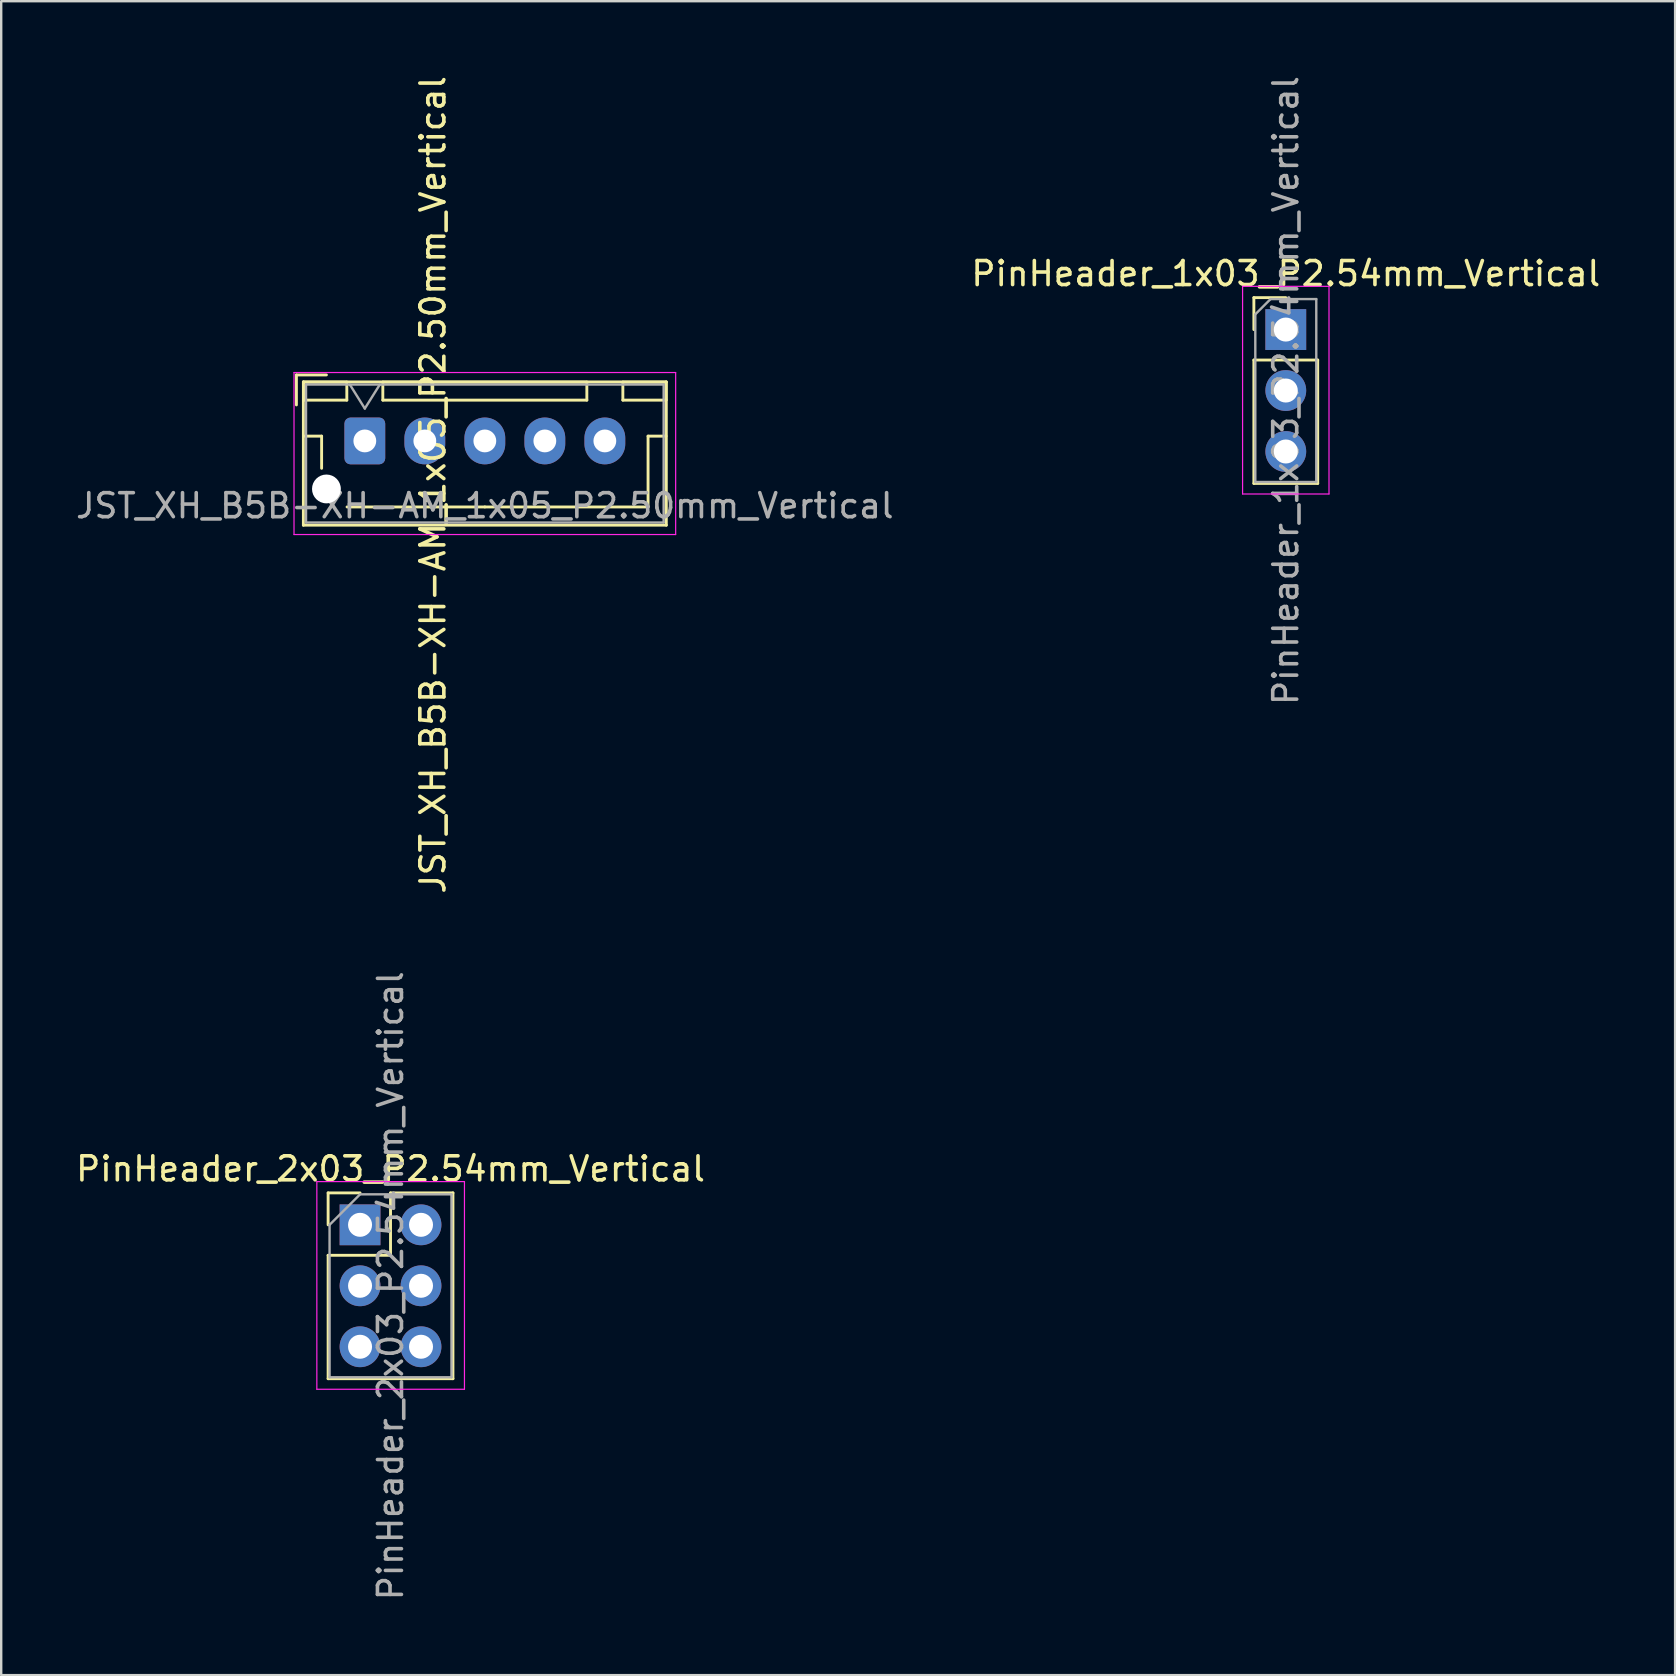
<source format=kicad_pcb>
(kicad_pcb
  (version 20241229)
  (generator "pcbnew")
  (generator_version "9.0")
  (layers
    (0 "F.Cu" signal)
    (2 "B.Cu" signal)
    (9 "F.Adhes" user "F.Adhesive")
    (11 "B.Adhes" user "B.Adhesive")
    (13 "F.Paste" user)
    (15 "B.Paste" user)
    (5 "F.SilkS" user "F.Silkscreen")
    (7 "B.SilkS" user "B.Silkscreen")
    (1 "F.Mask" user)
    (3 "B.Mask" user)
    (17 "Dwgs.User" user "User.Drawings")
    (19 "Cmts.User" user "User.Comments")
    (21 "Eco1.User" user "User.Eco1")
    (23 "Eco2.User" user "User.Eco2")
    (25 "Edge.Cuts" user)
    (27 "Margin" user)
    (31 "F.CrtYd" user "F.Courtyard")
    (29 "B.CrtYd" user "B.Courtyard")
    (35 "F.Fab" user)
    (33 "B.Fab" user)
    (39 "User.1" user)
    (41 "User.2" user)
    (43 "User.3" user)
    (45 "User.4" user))
  (footprint "JST_XH_B5B-XH-AM_1x05_P2.50mm_Vertical"
    (layer "F.Cu")
    (at 12.149 15.32)
    (property "Reference" "JST_XH_B5B-XH-AM_1x05_P2.50mm_Vertical" (at 2.837 1.829 90) (layer "F.SilkS") (effects (font (size 1 1) (thickness 0.15))))
    (attr through_hole)
    (fp_line (start -2.85 -2.75) (end -2.85 -1.5) (stroke (width 0.12) (type solid)) (layer "F.SilkS"))
    (fp_line (start -2.56 -2.46) (end -2.56 3.51) (stroke (width 0.12) (type solid)) (layer "F.SilkS"))
    (fp_line (start -2.56 3.51) (end 12.56 3.51) (stroke (width 0.12) (type solid)) (layer "F.SilkS"))
    (fp_line (start -2.55 -2.45) (end -2.55 -1.7) (stroke (width 0.12) (type solid)) (layer "F.SilkS"))
    (fp_line (start -2.55 -1.7) (end -0.75 -1.7) (stroke (width 0.12) (type solid)) (layer "F.SilkS"))
    (fp_line (start -2.55 -0.2) (end -1.8 -0.2) (stroke (width 0.12) (type solid)) (layer "F.SilkS"))
    (fp_line (start -1.8 -0.2) (end -1.8 1.14) (stroke (width 0.12) (type solid)) (layer "F.SilkS"))
    (fp_line (start -1.6 -2.75) (end -2.85 -2.75) (stroke (width 0.12) (type solid)) (layer "F.SilkS"))
    (fp_line (start -0.75 -2.45) (end -2.55 -2.45) (stroke (width 0.12) (type solid)) (layer "F.SilkS"))
    (fp_line (start -0.75 -1.7) (end -0.75 -2.45) (stroke (width 0.12) (type solid)) (layer "F.SilkS"))
    (fp_line (start 0.75 -2.45) (end 0.75 -1.7) (stroke (width 0.12) (type solid)) (layer "F.SilkS"))
    (fp_line (start 0.75 -1.7) (end 9.25 -1.7) (stroke (width 0.12) (type solid)) (layer "F.SilkS"))
    (fp_line (start 5 2.75) (end -0.74 2.75) (stroke (width 0.12) (type solid)) (layer "F.SilkS"))
    (fp_line (start 9.25 -2.45) (end 0.75 -2.45) (stroke (width 0.12) (type solid)) (layer "F.SilkS"))
    (fp_line (start 9.25 -1.7) (end 9.25 -2.45) (stroke (width 0.12) (type solid)) (layer "F.SilkS"))
    (fp_line (start 10.75 -2.45) (end 10.75 -1.7) (stroke (width 0.12) (type solid)) (layer "F.SilkS"))
    (fp_line (start 10.75 -1.7) (end 12.55 -1.7) (stroke (width 0.12) (type solid)) (layer "F.SilkS"))
    (fp_line (start 11.8 -0.2) (end 11.8 2.75) (stroke (width 0.12) (type solid)) (layer "F.SilkS"))
    (fp_line (start 11.8 2.75) (end 5 2.75) (stroke (width 0.12) (type solid)) (layer "F.SilkS"))
    (fp_line (start 12.55 -2.45) (end 10.75 -2.45) (stroke (width 0.12) (type solid)) (layer "F.SilkS"))
    (fp_line (start 12.55 -1.7) (end 12.55 -2.45) (stroke (width 0.12) (type solid)) (layer "F.SilkS"))
    (fp_line (start 12.55 -0.2) (end 11.8 -0.2) (stroke (width 0.12) (type solid)) (layer "F.SilkS"))
    (fp_line (start 12.56 -2.46) (end -2.56 -2.46) (stroke (width 0.12) (type solid)) (layer "F.SilkS"))
    (fp_line (start 12.56 3.51) (end 12.56 -2.46) (stroke (width 0.12) (type solid)) (layer "F.SilkS"))
    (fp_line (start -2.95 -2.85) (end -2.95 3.9) (stroke (width 0.05) (type solid)) (layer "F.CrtYd"))
    (fp_line (start -2.95 3.9) (end 12.95 3.9) (stroke (width 0.05) (type solid)) (layer "F.CrtYd"))
    (fp_line (start 12.95 -2.85) (end -2.95 -2.85) (stroke (width 0.05) (type solid)) (layer "F.CrtYd"))
    (fp_line (start 12.95 3.9) (end 12.95 -2.85) (stroke (width 0.05) (type solid)) (layer "F.CrtYd"))
    (fp_line (start -2.45 -2.35) (end -2.45 3.4) (stroke (width 0.1) (type solid)) (layer "F.Fab"))
    (fp_line (start -2.45 3.4) (end 12.45 3.4) (stroke (width 0.1) (type solid)) (layer "F.Fab"))
    (fp_line (start -0.625 -2.35) (end 0 -1.35) (stroke (width 0.1) (type solid)) (layer "F.Fab"))
    (fp_line (start 0 -1.35) (end 0.625 -2.35) (stroke (width 0.1) (type solid)) (layer "F.Fab"))
    (fp_line (start 12.45 -2.35) (end -2.45 -2.35) (stroke (width 0.1) (type solid)) (layer "F.Fab"))
    (fp_line (start 12.45 3.4) (end 12.45 -2.35) (stroke (width 0.1) (type solid)) (layer "F.Fab"))
    (fp_text user "${REFERENCE}" (at 5 2.7 0) (layer "F.Fab") (effects (font (size 1 1) (thickness 0.15))))
    (pad "" np_thru_hole circle (at -1.6 2) (size 1.2 1.2) (drill 1.2) (layers "*.Cu" "*.Mask"))
    (pad "1" thru_hole roundrect (at 0 0) (size 1.7 1.95) (drill 0.95) (layers "*.Cu" "*.Mask") (roundrect_rratio 0.147))
    (pad "2" thru_hole oval (at 2.5 0) (size 1.7 1.95) (drill 0.95) (layers "*.Cu" "*.Mask"))
    (pad "3" thru_hole oval (at 5 0) (size 1.7 1.95) (drill 0.95) (layers "*.Cu" "*.Mask"))
    (pad "4" thru_hole oval (at 7.5 0) (size 1.7 1.95) (drill 0.95) (layers "*.Cu" "*.Mask"))
    (pad "5" thru_hole oval (at 10 0) (size 1.7 1.95) (drill 0.95) (layers "*.Cu" "*.Mask")))
  (footprint "PinHeader_2x03_P2.54mm_Vertical"
    (layer "F.Cu")
    (at 11.95 47.978)
    (property "Reference" "PinHeader_2x03_P2.54mm_Vertical" (at 1.27 -2.33 180) (layer "F.SilkS") (effects (font (size 1 1) (thickness 0.15))))
    (attr through_hole)
    (fp_line (start -1.33 -1.33) (end 0 -1.33) (stroke (width 0.12) (type solid)) (layer "F.SilkS"))
    (fp_line (start -1.33 0) (end -1.33 -1.33) (stroke (width 0.12) (type solid)) (layer "F.SilkS"))
    (fp_line (start -1.33 1.27) (end -1.33 6.41) (stroke (width 0.12) (type solid)) (layer "F.SilkS"))
    (fp_line (start -1.33 1.27) (end 1.27 1.27) (stroke (width 0.12) (type solid)) (layer "F.SilkS"))
    (fp_line (start -1.33 6.41) (end 3.87 6.41) (stroke (width 0.12) (type solid)) (layer "F.SilkS"))
    (fp_line (start 1.27 -1.33) (end 3.87 -1.33) (stroke (width 0.12) (type solid)) (layer "F.SilkS"))
    (fp_line (start 1.27 1.27) (end 1.27 -1.33) (stroke (width 0.12) (type solid)) (layer "F.SilkS"))
    (fp_line (start 3.87 -1.33) (end 3.87 6.41) (stroke (width 0.12) (type solid)) (layer "F.SilkS"))
    (fp_line (start -1.8 -1.8) (end -1.8 6.85) (stroke (width 0.05) (type solid)) (layer "F.CrtYd"))
    (fp_line (start -1.8 6.85) (end 4.35 6.85) (stroke (width 0.05) (type solid)) (layer "F.CrtYd"))
    (fp_line (start 4.35 -1.8) (end -1.8 -1.8) (stroke (width 0.05) (type solid)) (layer "F.CrtYd"))
    (fp_line (start 4.35 6.85) (end 4.35 -1.8) (stroke (width 0.05) (type solid)) (layer "F.CrtYd"))
    (fp_line (start -1.27 0) (end 0 -1.27) (stroke (width 0.1) (type solid)) (layer "F.Fab"))
    (fp_line (start -1.27 6.35) (end -1.27 0) (stroke (width 0.1) (type solid)) (layer "F.Fab"))
    (fp_line (start 0 -1.27) (end 3.81 -1.27) (stroke (width 0.1) (type solid)) (layer "F.Fab"))
    (fp_line (start 3.81 -1.27) (end 3.81 6.35) (stroke (width 0.1) (type solid)) (layer "F.Fab"))
    (fp_line (start 3.81 6.35) (end -1.27 6.35) (stroke (width 0.1) (type solid)) (layer "F.Fab"))
    (fp_text user "${REFERENCE}" (at 1.27 2.54 270) (layer "F.Fab") (effects (font (size 1 1) (thickness 0.15))))
    (pad "1" thru_hole rect (at 0 0) (size 1.7 1.7) (drill 1) (layers "*.Cu" "*.Mask"))
    (pad "2" thru_hole oval (at 2.54 0) (size 1.7 1.7) (drill 1) (layers "*.Cu" "*.Mask"))
    (pad "3" thru_hole oval (at 0 2.54) (size 1.7 1.7) (drill 1) (layers "*.Cu" "*.Mask"))
    (pad "4" thru_hole oval (at 2.54 2.54) (size 1.7 1.7) (drill 1) (layers "*.Cu" "*.Mask"))
    (pad "5" thru_hole oval (at 0 5.08) (size 1.7 1.7) (drill 1) (layers "*.Cu" "*.Mask"))
    (pad "6" thru_hole oval (at 2.54 5.08) (size 1.7 1.7) (drill 1) (layers "*.Cu" "*.Mask")))
  (footprint "PinHeader_1x03_P2.54mm_Vertical"
    (layer "F.Cu")
    (at 50.518 10.68)
    (property "Reference" "PinHeader_1x03_P2.54mm_Vertical" (at 0 -2.33 0) (layer "F.SilkS") (effects (font (size 1 1) (thickness 0.15))))
    (attr through_hole)
    (fp_line (start -1.33 -1.33) (end 0 -1.33) (stroke (width 0.12) (type solid)) (layer "F.SilkS"))
    (fp_line (start -1.33 0) (end -1.33 -1.33) (stroke (width 0.12) (type solid)) (layer "F.SilkS"))
    (fp_line (start -1.33 1.27) (end -1.33 6.41) (stroke (width 0.12) (type solid)) (layer "F.SilkS"))
    (fp_line (start -1.33 1.27) (end 1.33 1.27) (stroke (width 0.12) (type solid)) (layer "F.SilkS"))
    (fp_line (start -1.33 6.41) (end 1.33 6.41) (stroke (width 0.12) (type solid)) (layer "F.SilkS"))
    (fp_line (start 1.33 1.27) (end 1.33 6.41) (stroke (width 0.12) (type solid)) (layer "F.SilkS"))
    (fp_line (start -1.8 -1.8) (end -1.8 6.85) (stroke (width 0.05) (type solid)) (layer "F.CrtYd"))
    (fp_line (start -1.8 6.85) (end 1.8 6.85) (stroke (width 0.05) (type solid)) (layer "F.CrtYd"))
    (fp_line (start 1.8 -1.8) (end -1.8 -1.8) (stroke (width 0.05) (type solid)) (layer "F.CrtYd"))
    (fp_line (start 1.8 6.85) (end 1.8 -1.8) (stroke (width 0.05) (type solid)) (layer "F.CrtYd"))
    (fp_line (start -1.27 -0.635) (end -0.635 -1.27) (stroke (width 0.1) (type solid)) (layer "F.Fab"))
    (fp_line (start -1.27 6.35) (end -1.27 -0.635) (stroke (width 0.1) (type solid)) (layer "F.Fab"))
    (fp_line (start -0.635 -1.27) (end 1.27 -1.27) (stroke (width 0.1) (type solid)) (layer "F.Fab"))
    (fp_line (start 1.27 -1.27) (end 1.27 6.35) (stroke (width 0.1) (type solid)) (layer "F.Fab"))
    (fp_line (start 1.27 6.35) (end -1.27 6.35) (stroke (width 0.1) (type solid)) (layer "F.Fab"))
    (fp_text user "${REFERENCE}" (at 0 2.54 270) (layer "F.Fab") (effects (font (size 1 1) (thickness 0.15))))
    (pad "1" thru_hole rect (at 0 0) (size 1.7 1.7) (drill 1) (layers "*.Cu" "*.Mask"))
    (pad "2" thru_hole oval (at 0 2.54) (size 1.7 1.7) (drill 1) (layers "*.Cu" "*.Mask"))
    (pad "3" thru_hole oval (at 0 5.08) (size 1.7 1.7) (drill 1) (layers "*.Cu" "*.Mask")))
  (gr_rect
    (start -3 -3)
    (end 66.738 66.738)
    (stroke (width 0.1) (type default))
    (fill no)
    (layer "Edge.Cuts")))
</source>
